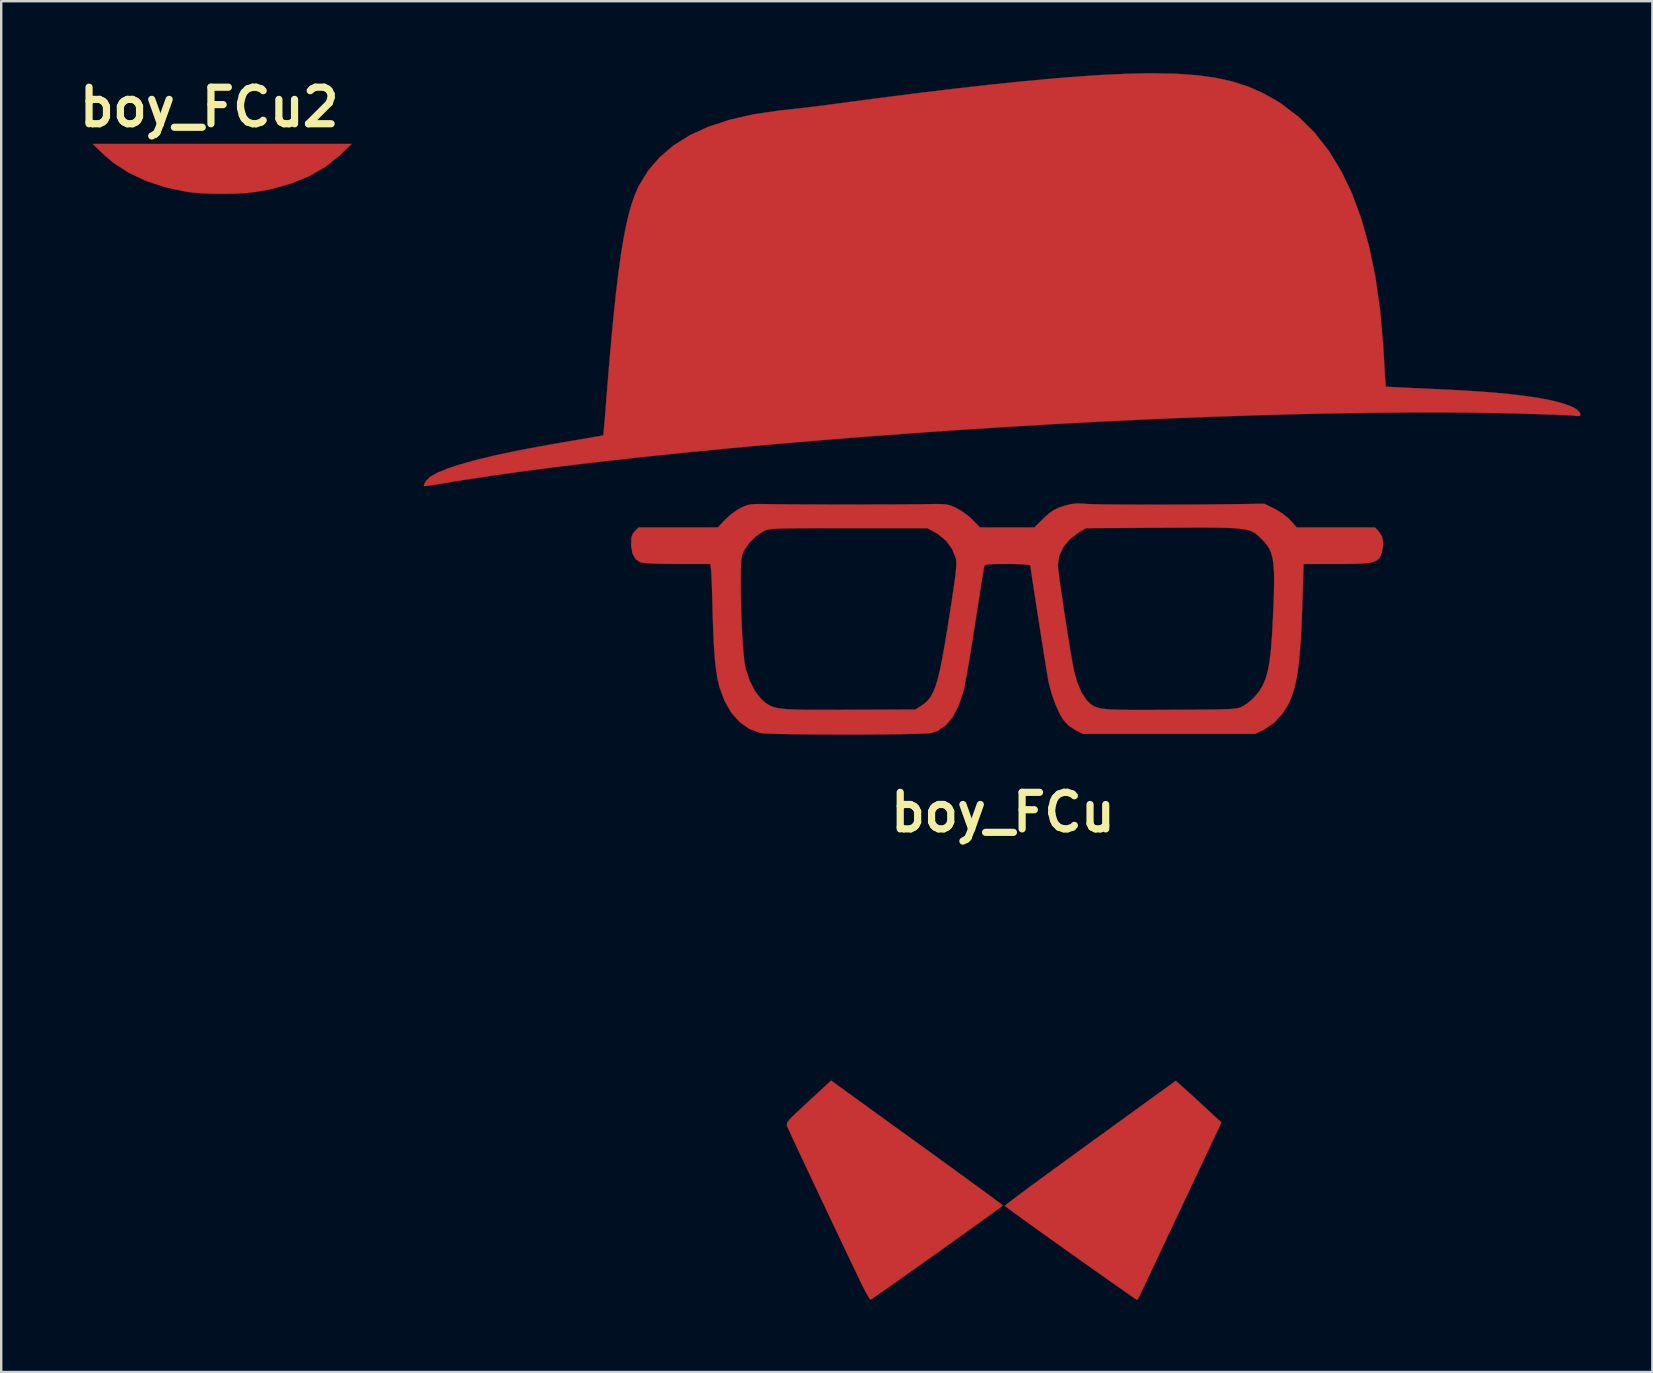
<source format=kicad_pcb>
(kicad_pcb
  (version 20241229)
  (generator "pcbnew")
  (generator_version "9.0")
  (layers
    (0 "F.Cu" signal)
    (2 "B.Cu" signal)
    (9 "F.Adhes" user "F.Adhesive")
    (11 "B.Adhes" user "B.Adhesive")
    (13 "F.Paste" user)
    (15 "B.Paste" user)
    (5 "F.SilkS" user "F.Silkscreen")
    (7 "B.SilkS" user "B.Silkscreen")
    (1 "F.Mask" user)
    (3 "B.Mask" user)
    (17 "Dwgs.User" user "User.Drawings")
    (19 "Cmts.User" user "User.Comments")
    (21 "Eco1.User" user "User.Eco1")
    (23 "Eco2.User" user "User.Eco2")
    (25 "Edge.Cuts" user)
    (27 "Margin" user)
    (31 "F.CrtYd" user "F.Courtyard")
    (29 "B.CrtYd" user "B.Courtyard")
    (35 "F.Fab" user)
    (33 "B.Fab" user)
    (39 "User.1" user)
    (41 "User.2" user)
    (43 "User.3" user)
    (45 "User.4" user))
  (footprint "boy_FCu"
    (layer "F.Cu")
    (at 38.746 30.802)
    (property "Reference" "boy_FCu" (at 0 0 0) (layer "F.SilkS") (effects (font (size 1.524 1.524) (thickness 0.3))))
    (attr through_hole)
    (fp_poly (pts (xy 7.618 11.56) (xy 7.848 11.767) (xy 8.127 12.023) (xy 8.413 12.286) (xy 8.567 12.429) (xy 9.102 12.927) (xy 7.558 16.195) (xy 7.267 16.812) (xy 6.987 17.406) (xy 6.723 17.965) (xy 6.481 18.477) (xy 6.268 18.93) (xy 6.088 19.313) (xy 5.948 19.612) (xy 5.852 19.816) (xy 5.817 19.891) (xy 5.718 20.097) (xy 5.638 20.249) (xy 5.591 20.317) (xy 5.588 20.318) (xy 5.532 20.283) (xy 5.382 20.18) (xy 5.147 20.017) (xy 4.839 19.801) (xy 4.465 19.539) (xy 4.037 19.237) (xy 3.563 18.902) (xy 3.053 18.541) (xy 2.826 18.38) (xy 2.304 18.009) (xy 1.814 17.66) (xy 1.367 17.339) (xy 0.97 17.054) (xy 0.635 16.811) (xy 0.371 16.617) (xy 0.186 16.481) (xy 0.092 16.407) (xy 0.082 16.397) (xy 0.13 16.353) (xy 0.272 16.241) (xy 0.501 16.067) (xy 0.809 15.837) (xy 1.186 15.557) (xy 1.626 15.234) (xy 2.119 14.872) (xy 2.657 14.48) (xy 3.232 14.062) (xy 3.636 13.769) (xy 7.203 11.188) (xy 7.618 11.56)) (stroke (width 0.01) (type solid)) (fill yes) (layer "F.Cu"))
    (fp_poly (pts (xy -6.994 11.299) (xy -6.914 11.357) (xy -6.741 11.483) (xy -6.483 11.67) (xy -6.149 11.911) (xy -5.748 12.201) (xy -5.29 12.533) (xy -4.782 12.9) (xy -4.235 13.296) (xy -3.657 13.713) (xy -3.417 13.887) (xy -2.835 14.308) (xy -2.283 14.708) (xy -1.772 15.08) (xy -1.309 15.417) (xy -0.903 15.714) (xy -0.562 15.964) (xy -0.295 16.161) (xy -0.11 16.3) (xy -0.015 16.373) (xy -0.005 16.383) (xy -0.054 16.423) (xy -0.196 16.529) (xy -0.418 16.691) (xy -0.709 16.901) (xy -1.057 17.152) (xy -1.451 17.434) (xy -1.88 17.741) (xy -2.33 18.062) (xy -2.791 18.391) (xy -3.252 18.718) (xy -3.7 19.036) (xy -4.124 19.336) (xy -4.513 19.611) (xy -4.854 19.851) (xy -5.137 20.048) (xy -5.349 20.195) (xy -5.478 20.283) (xy -5.514 20.305) (xy -5.56 20.259) (xy -5.646 20.122) (xy -5.758 19.918) (xy -5.836 19.765) (xy -5.918 19.597) (xy -6.045 19.335) (xy -6.208 18.993) (xy -6.403 18.584) (xy -6.624 18.121) (xy -6.863 17.617) (xy -7.115 17.085) (xy -7.374 16.538) (xy -7.633 15.989) (xy -7.887 15.452) (xy -8.128 14.939) (xy -8.352 14.464) (xy -8.551 14.04) (xy -8.719 13.679) (xy -8.851 13.396) (xy -8.94 13.202) (xy -8.978 13.116) (xy -9.002 13.051) (xy -9.007 12.991) (xy -8.983 12.923) (xy -8.918 12.832) (xy -8.801 12.706) (xy -8.622 12.531) (xy -8.369 12.294) (xy -8.108 12.053) (xy -7.161 11.176) (xy -6.994 11.299)) (stroke (width 0.01) (type solid)) (fill yes) (layer "F.Cu"))
    (fp_poly (pts (xy 7.22 -30.778) (xy 8.088 -30.716) (xy 8.866 -30.609) (xy 9.573 -30.453) (xy 10.222 -30.243) (xy 10.83 -29.976) (xy 11.414 -29.649) (xy 11.599 -29.53) (xy 12.324 -28.979) (xy 12.981 -28.329) (xy 13.571 -27.579) (xy 14.094 -26.728) (xy 14.55 -25.775) (xy 14.939 -24.718) (xy 15.264 -23.556) (xy 15.523 -22.288) (xy 15.717 -20.913) (xy 15.847 -19.43) (xy 15.872 -18.993) (xy 15.893 -18.612) (xy 15.912 -18.277) (xy 15.93 -18.008) (xy 15.944 -17.824) (xy 15.953 -17.745) (xy 15.954 -17.744) (xy 16.019 -17.736) (xy 16.195 -17.725) (xy 16.464 -17.71) (xy 16.809 -17.693) (xy 17.213 -17.674) (xy 17.622 -17.656) (xy 18.485 -17.617) (xy 19.242 -17.577) (xy 19.913 -17.533) (xy 20.521 -17.485) (xy 21.085 -17.431) (xy 21.627 -17.369) (xy 21.685 -17.361) (xy 22.318 -17.269) (xy 22.865 -17.164) (xy 23.318 -17.047) (xy 23.671 -16.921) (xy 23.915 -16.789) (xy 24.042 -16.654) (xy 24.056 -16.61) (xy 24.057 -16.541) (xy 24.004 -16.514) (xy 23.869 -16.52) (xy 23.771 -16.533) (xy 23.643 -16.543) (xy 23.402 -16.555) (xy 23.065 -16.569) (xy 22.645 -16.584) (xy 22.158 -16.599) (xy 21.62 -16.615) (xy 21.044 -16.63) (xy 20.733 -16.637) (xy 19.515 -16.658) (xy 18.183 -16.667) (xy 16.752 -16.664) (xy 15.235 -16.65) (xy 13.644 -16.624) (xy 11.994 -16.587) (xy 10.298 -16.539) (xy 8.569 -16.481) (xy 6.82 -16.412) (xy 6.128 -16.382) (xy 4.144 -16.288) (xy 2.142 -16.181) (xy 0.131 -16.063) (xy -1.879 -15.934) (xy -3.879 -15.794) (xy -5.859 -15.646) (xy -7.81 -15.49) (xy -9.722 -15.326) (xy -11.587 -15.155) (xy -13.394 -14.978) (xy -15.134 -14.797) (xy -16.798 -14.612) (xy -18.376 -14.423) (xy -19.858 -14.232) (xy -21.237 -14.04) (xy -22.501 -13.847) (xy -22.933 -13.776) (xy -23.348 -13.707) (xy -23.655 -13.656) (xy -23.869 -13.622) (xy -24.007 -13.603) (xy -24.085 -13.597) (xy -24.121 -13.602) (xy -24.131 -13.617) (xy -24.13 -13.638) (xy -24.13 -13.638) (xy -24.097 -13.722) (xy -24.03 -13.83) (xy -23.859 -13.988) (xy -23.565 -14.153) (xy -23.151 -14.324) (xy -22.62 -14.499) (xy -21.977 -14.679) (xy -21.223 -14.861) (xy -20.363 -15.046) (xy -19.401 -15.232) (xy -18.413 -15.405) (xy -17.959 -15.482) (xy -17.548 -15.552) (xy -17.197 -15.612) (xy -16.92 -15.661) (xy -16.735 -15.694) (xy -16.657 -15.709) (xy -16.656 -15.71) (xy -16.647 -15.774) (xy -16.631 -15.947) (xy -16.608 -16.214) (xy -16.579 -16.558) (xy -16.546 -16.963) (xy -16.512 -17.402) (xy -16.411 -18.651) (xy -16.312 -19.78) (xy -16.215 -20.796) (xy -16.118 -21.707) (xy -16.02 -22.518) (xy -15.92 -23.238) (xy -15.817 -23.873) (xy -15.709 -24.43) (xy -15.597 -24.916) (xy -15.478 -25.338) (xy -15.351 -25.704) (xy -15.217 -26.02) (xy -15.178 -26.1) (xy -14.792 -26.734) (xy -14.309 -27.298) (xy -13.728 -27.792) (xy -13.046 -28.218) (xy -12.261 -28.575) (xy -11.373 -28.866) (xy -10.379 -29.091) (xy -9.277 -29.251) (xy -9.049 -29.274) (xy -8.714 -29.31) (xy -8.296 -29.358) (xy -7.839 -29.414) (xy -7.386 -29.471) (xy -7.176 -29.499) (xy -5.362 -29.741) (xy -3.67 -29.956) (xy -2.095 -30.147) (xy -0.636 -30.312) (xy 0.713 -30.452) (xy 1.954 -30.568) (xy 3.089 -30.66) (xy 4.124 -30.729) (xy 5.059 -30.773) (xy 5.9 -30.795) (xy 6.247 -30.797) (xy 7.22 -30.778)) (stroke (width 0.01) (type solid)) (fill yes) (layer "F.Cu"))
    (fp_poly (pts (xy 3.346 -12.862) (xy 3.38 -12.858) (xy 3.536 -12.848) (xy 3.806 -12.84) (xy 4.175 -12.833) (xy 4.632 -12.828) (xy 5.161 -12.824) (xy 5.75 -12.822) (xy 6.386 -12.822) (xy 7.054 -12.823) (xy 7.742 -12.825) (xy 8.435 -12.83) (xy 9.121 -12.836) (xy 9.717 -12.843) (xy 10.893 -12.859) (xy 11.317 -12.65) (xy 11.644 -12.456) (xy 11.921 -12.23) (xy 11.99 -12.158) (xy 12.24 -11.875) (xy 15.5 -11.875) (xy 15.651 -11.723) (xy 15.801 -11.486) (xy 15.849 -11.187) (xy 15.796 -10.858) (xy 15.745 -10.708) (xy 15.679 -10.59) (xy 15.585 -10.502) (xy 15.445 -10.438) (xy 15.246 -10.395) (xy 14.972 -10.369) (xy 14.608 -10.356) (xy 14.138 -10.351) (xy 13.899 -10.351) (xy 12.527 -10.351) (xy 12.483 -8.938) (xy 12.454 -8.107) (xy 12.42 -7.392) (xy 12.379 -6.778) (xy 12.331 -6.254) (xy 12.273 -5.808) (xy 12.203 -5.426) (xy 12.121 -5.096) (xy 12.024 -4.807) (xy 11.911 -4.545) (xy 11.905 -4.533) (xy 11.636 -4.098) (xy 11.297 -3.735) (xy 10.911 -3.468) (xy 10.872 -3.448) (xy 10.509 -3.27) (xy 3.334 -3.27) (xy 3.027 -3.421) (xy 2.723 -3.629) (xy 2.51 -3.862) (xy 2.362 -4.112) (xy 2.209 -4.449) (xy 2.066 -4.834) (xy 1.95 -5.228) (xy 1.91 -5.397) (xy 1.887 -5.518) (xy 1.849 -5.742) (xy 1.798 -6.051) (xy 1.737 -6.429) (xy 1.668 -6.859) (xy 1.594 -7.324) (xy 1.518 -7.807) (xy 1.443 -8.291) (xy 1.37 -8.759) (xy 1.303 -9.193) (xy 1.244 -9.578) (xy 1.196 -9.895) (xy 1.162 -10.129) (xy 1.145 -10.261) (xy 1.143 -10.283) (xy 1.08 -10.313) (xy 0.968 -10.326) (xy 2.286 -10.326) (xy 2.296 -10.192) (xy 2.324 -9.953) (xy 2.367 -9.627) (xy 2.422 -9.233) (xy 2.487 -8.79) (xy 2.558 -8.318) (xy 2.632 -7.836) (xy 2.706 -7.362) (xy 2.779 -6.917) (xy 2.846 -6.518) (xy 2.904 -6.186) (xy 2.952 -5.94) (xy 2.959 -5.905) (xy 3.093 -5.42) (xy 3.265 -5.011) (xy 3.466 -4.699) (xy 3.547 -4.612) (xy 3.636 -4.53) (xy 3.723 -4.462) (xy 3.821 -4.406) (xy 3.942 -4.362) (xy 4.097 -4.328) (xy 4.298 -4.302) (xy 4.558 -4.285) (xy 4.887 -4.274) (xy 5.299 -4.268) (xy 5.804 -4.267) (xy 6.415 -4.269) (xy 6.985 -4.272) (xy 7.65 -4.275) (xy 8.2 -4.279) (xy 8.647 -4.284) (xy 9.004 -4.289) (xy 9.283 -4.297) (xy 9.496 -4.307) (xy 9.655 -4.321) (xy 9.772 -4.338) (xy 9.859 -4.36) (xy 9.93 -4.387) (xy 9.995 -4.419) (xy 10.006 -4.425) (xy 10.203 -4.556) (xy 10.412 -4.735) (xy 10.505 -4.83) (xy 10.682 -5.05) (xy 10.828 -5.293) (xy 10.946 -5.573) (xy 11.039 -5.906) (xy 11.112 -6.308) (xy 11.17 -6.795) (xy 11.214 -7.383) (xy 11.238 -7.821) (xy 11.27 -8.522) (xy 11.292 -9.11) (xy 11.301 -9.598) (xy 11.296 -9.998) (xy 11.275 -10.323) (xy 11.237 -10.586) (xy 11.181 -10.801) (xy 11.104 -10.98) (xy 11.004 -11.136) (xy 10.881 -11.283) (xy 10.797 -11.371) (xy 10.687 -11.479) (xy 10.587 -11.571) (xy 10.483 -11.647) (xy 10.366 -11.71) (xy 10.224 -11.76) (xy 10.046 -11.798) (xy 9.822 -11.827) (xy 9.539 -11.847) (xy 9.188 -11.86) (xy 8.756 -11.866) (xy 8.234 -11.868) (xy 7.609 -11.866) (xy 6.871 -11.862) (xy 6.66 -11.861) (xy 3.461 -11.843) (xy 3.168 -11.671) (xy 2.799 -11.396) (xy 2.521 -11.067) (xy 2.346 -10.702) (xy 2.286 -10.326) (xy 0.968 -10.326) (xy 0.892 -10.334) (xy 0.582 -10.347) (xy 0.192 -10.351) (xy -0.174 -10.35) (xy -0.432 -10.346) (xy -0.603 -10.336) (xy -0.705 -10.317) (xy -0.758 -10.287) (xy -0.783 -10.242) (xy -0.791 -10.208) (xy -0.808 -10.114) (xy -0.842 -9.909) (xy -0.89 -9.609) (xy -0.95 -9.229) (xy -1.019 -8.784) (xy -1.097 -8.289) (xy -1.175 -7.779) (xy -1.261 -7.232) (xy -1.346 -6.706) (xy -1.428 -6.218) (xy -1.504 -5.786) (xy -1.57 -5.428) (xy -1.622 -5.163) (xy -1.655 -5.024) (xy -1.852 -4.44) (xy -2.095 -3.975) (xy -2.384 -3.628) (xy -2.719 -3.399) (xy -2.992 -3.306) (xy -3.121 -3.293) (xy -3.362 -3.28) (xy -3.699 -3.27) (xy -4.117 -3.261) (xy -4.602 -3.255) (xy -5.138 -3.25) (xy -5.71 -3.246) (xy -6.303 -3.245) (xy -6.902 -3.245) (xy -7.493 -3.247) (xy -8.06 -3.251) (xy -8.588 -3.256) (xy -9.062 -3.263) (xy -9.467 -3.272) (xy -9.789 -3.283) (xy -10.011 -3.295) (xy -10.113 -3.308) (xy -10.568 -3.478) (xy -10.971 -3.761) (xy -11.317 -4.148) (xy -11.598 -4.633) (xy -11.81 -5.209) (xy -11.837 -5.31) (xy -11.904 -5.612) (xy -11.959 -5.965) (xy -12.004 -6.384) (xy -12.041 -6.882) (xy -12.07 -7.475) (xy -12.093 -8.175) (xy -12.099 -8.414) (xy -12.111 -8.853) (xy -12.123 -9.261) (xy -12.136 -9.615) (xy -12.145 -9.81) (xy -10.929 -9.81) (xy -10.928 -9.368) (xy -10.928 -9.335) (xy -10.919 -8.748) (xy -10.902 -8.171) (xy -10.879 -7.621) (xy -10.85 -7.117) (xy -10.817 -6.678) (xy -10.78 -6.322) (xy -10.742 -6.068) (xy -10.728 -6.008) (xy -10.562 -5.503) (xy -10.344 -5.071) (xy -10.085 -4.731) (xy -9.894 -4.563) (xy -9.789 -4.493) (xy -9.682 -4.435) (xy -9.56 -4.387) (xy -9.411 -4.349) (xy -9.223 -4.32) (xy -8.984 -4.298) (xy -8.682 -4.284) (xy -8.304 -4.275) (xy -7.84 -4.27) (xy -7.276 -4.27) (xy -6.601 -4.272) (xy -6.382 -4.273) (xy -3.651 -4.286) (xy -3.409 -4.437) (xy -3.258 -4.543) (xy -3.126 -4.667) (xy -3.009 -4.821) (xy -2.904 -5.015) (xy -2.806 -5.262) (xy -2.713 -5.572) (xy -2.621 -5.958) (xy -2.526 -6.429) (xy -2.424 -6.998) (xy -2.312 -7.675) (xy -2.247 -8.085) (xy -2.154 -8.686) (xy -2.08 -9.176) (xy -2.023 -9.567) (xy -1.983 -9.874) (xy -1.957 -10.109) (xy -1.945 -10.288) (xy -1.944 -10.423) (xy -1.954 -10.528) (xy -1.968 -10.601) (xy -2.12 -10.977) (xy -2.373 -11.318) (xy -2.703 -11.595) (xy -2.799 -11.652) (xy -3.143 -11.843) (xy -6.445 -11.843) (xy -7.177 -11.843) (xy -7.793 -11.842) (xy -8.304 -11.841) (xy -8.72 -11.838) (xy -9.054 -11.833) (xy -9.315 -11.826) (xy -9.515 -11.817) (xy -9.665 -11.805) (xy -9.775 -11.789) (xy -9.857 -11.769) (xy -9.922 -11.745) (xy -9.981 -11.716) (xy -10.001 -11.705) (xy -10.301 -11.497) (xy -10.574 -11.226) (xy -10.78 -10.933) (xy -10.831 -10.827) (xy -10.869 -10.716) (xy -10.897 -10.578) (xy -10.915 -10.395) (xy -10.926 -10.145) (xy -10.929 -9.81) (xy -12.145 -9.81) (xy -12.149 -9.897) (xy -12.16 -10.085) (xy -12.167 -10.144) (xy -12.198 -10.351) (xy -13.551 -10.351) (xy -14.039 -10.354) (xy -14.454 -10.364) (xy -14.782 -10.38) (xy -15.009 -10.401) (xy -15.105 -10.421) (xy -15.309 -10.552) (xy -15.437 -10.778) (xy -15.492 -11.104) (xy -15.494 -11.207) (xy -15.483 -11.435) (xy -15.44 -11.585) (xy -15.351 -11.706) (xy -15.338 -11.719) (xy -15.182 -11.874) (xy -11.88 -11.874) (xy -11.583 -12.191) (xy -11.363 -12.393) (xy -11.105 -12.582) (xy -10.93 -12.683) (xy -10.782 -12.753) (xy -10.653 -12.801) (xy -10.515 -12.83) (xy -10.34 -12.845) (xy -10.1 -12.848) (xy -9.766 -12.844) (xy -9.684 -12.843) (xy -9.346 -12.838) (xy -8.906 -12.834) (xy -8.382 -12.831) (xy -7.796 -12.829) (xy -7.166 -12.828) (xy -6.514 -12.827) (xy -5.86 -12.828) (xy -5.224 -12.829) (xy -4.625 -12.83) (xy -4.085 -12.833) (xy -3.623 -12.836) (xy -3.26 -12.841) (xy -3.143 -12.843) (xy -2.799 -12.848) (xy -2.552 -12.845) (xy -2.37 -12.83) (xy -2.225 -12.799) (xy -2.085 -12.747) (xy -1.951 -12.687) (xy -1.698 -12.54) (xy -1.433 -12.341) (xy -1.273 -12.195) (xy -0.961 -11.874) (xy 1.307 -11.874) (xy 1.695 -12.252) (xy 1.92 -12.458) (xy 2.113 -12.596) (xy 2.32 -12.694) (xy 2.532 -12.766) (xy 2.831 -12.844) (xy 3.08 -12.873) (xy 3.346 -12.862)) (stroke (width 0.01) (type solid)) (fill yes) (layer "F.Cu")))
  (footprint "boy_FCu2"
    (layer "F.Cu")
    (at 5.668 1.418)
    (property "Reference" "boy_FCu2" (at 0 0 0) (layer "F.SilkS") (effects (font (size 1.524 1.524) (thickness 0.3))))
    (attr through_hole)
    (fp_poly (pts (xy 5.437 2.006) (xy 4.866 2.466) (xy 4.195 2.856) (xy 3.431 3.172) (xy 2.583 3.411) (xy 1.968 3.526) (xy 1.537 3.574) (xy 1.023 3.602) (xy 0.47 3.61) (xy -0.079 3.598) (xy -0.583 3.566) (xy -0.953 3.522) (xy -1.822 3.337) (xy -2.626 3.072) (xy -3.352 2.73) (xy -3.988 2.319) (xy -4.369 1.995) (xy -4.858 1.529) (xy 5.937 1.529) (xy 5.437 2.006)) (stroke (width 0.01) (type solid)) (fill yes) (layer "F.Cu")))
  (gr_rect
    (start -3 -3)
    (end 65.808 54.126)
    (stroke (width 0.1) (type default))
    (fill no)
    (layer "Edge.Cuts")))
</source>
